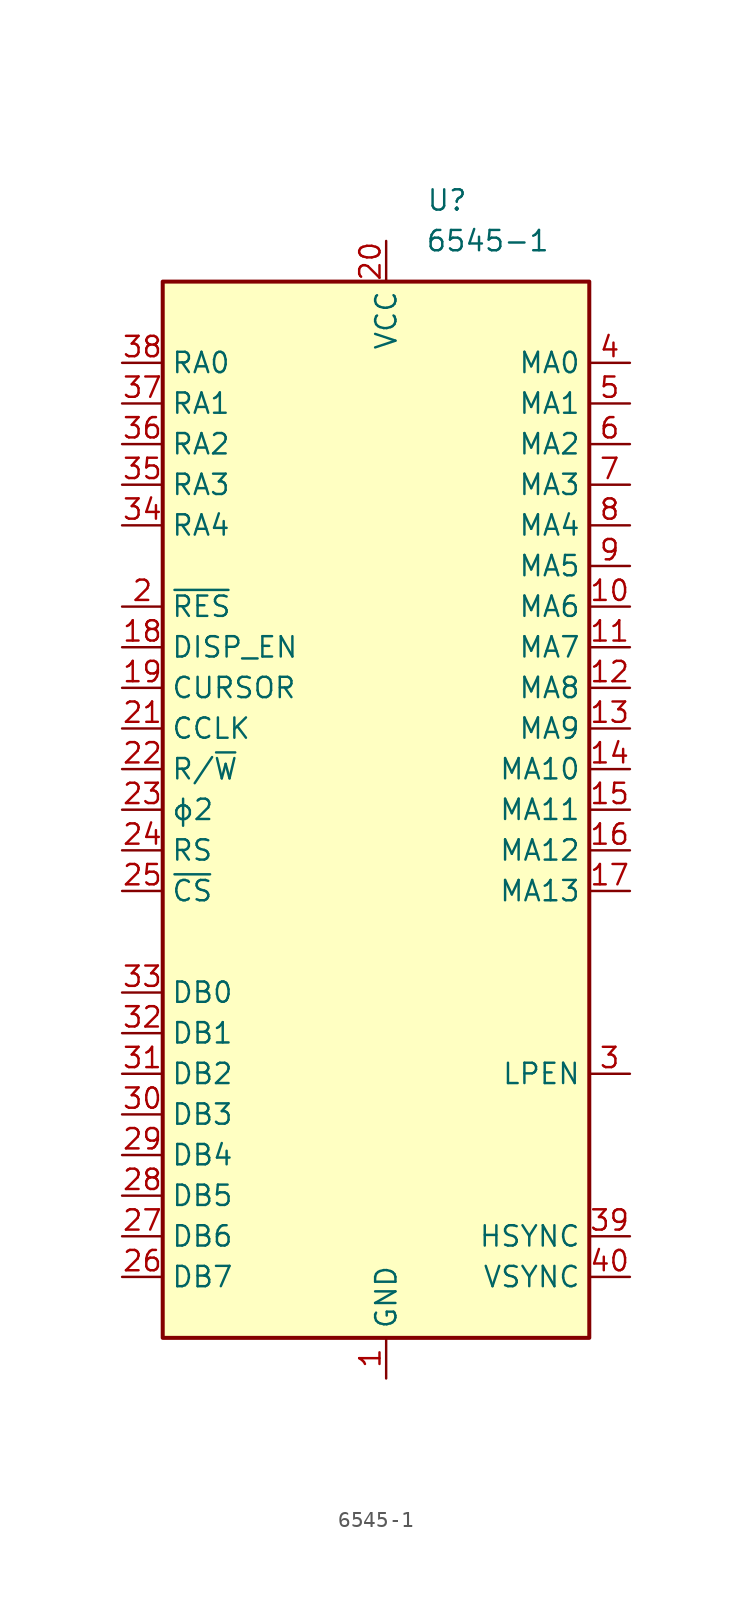
<source format=kicad_sym>
(kicad_symbol_lib
  (version 20220914)
  (generator kicad_symbol_editor)
  (symbol "6545-1"
    (property "Reference" "U"
      (at 3.81 2.54 0)
      (effects (font (size 1.27 1.27))))
    (property "Value" "6545-1"
      (at 6.35 0 0)
      (effects (font (size 1.27 1.27))))
    (symbol "6545-1_1_1"
      (rectangle (start -13.97 -2.54) (end 12.7 -68.58) (stroke (width 0.25) (type default)) (fill (type background)))
      (pin power_in line (at 0 -71.12 90) (length 2.54) (name "GND" (effects (font (size 1.27 1.27)))) (number "1" (effects (font (size 1.27 1.27)))))
      (pin output line (at 15.24 -22.86 180) (length 2.54) (name "MA6" (effects (font (size 1.27 1.27)))) (number "10" (effects (font (size 1.27 1.27)))))
      (pin output line (at 15.24 -25.4 180) (length 2.54) (name "MA7" (effects (font (size 1.27 1.27)))) (number "11" (effects (font (size 1.27 1.27)))))
      (pin output line (at 15.24 -27.94 180) (length 2.54) (name "MA8" (effects (font (size 1.27 1.27)))) (number "12" (effects (font (size 1.27 1.27)))))
      (pin output line (at 15.24 -30.48 180) (length 2.54) (name "MA9" (effects (font (size 1.27 1.27)))) (number "13" (effects (font (size 1.27 1.27)))))
      (pin output line (at 15.24 -33.02 180) (length 2.54) (name "MA10" (effects (font (size 1.27 1.27)))) (number "14" (effects (font (size 1.27 1.27)))))
      (pin output line (at 15.24 -35.56 180) (length 2.54) (name "MA11" (effects (font (size 1.27 1.27)))) (number "15" (effects (font (size 1.27 1.27)))))
      (pin output line (at 15.24 -38.1 180) (length 2.54) (name "MA12" (effects (font (size 1.27 1.27)))) (number "16" (effects (font (size 1.27 1.27)))))
      (pin output line (at 15.24 -40.64 180) (length 2.54) (name "MA13" (effects (font (size 1.27 1.27)))) (number "17" (effects (font (size 1.27 1.27)))))
      (pin input line (at -16.51 -25.4 0) (length 2.54) (name "DISP_EN" (effects (font (size 1.27 1.27)))) (number "18" (effects (font (size 1.27 1.27)))))
      (pin input line (at -16.51 -27.94 0) (length 2.54) (name "CURSOR" (effects (font (size 1.27 1.27)))) (number "19" (effects (font (size 1.27 1.27)))))
      (pin input line (at -16.51 -22.86 0) (length 2.54) (name "~{RES}" (effects (font (size 1.27 1.27)))) (number "2" (effects (font (size 1.27 1.27)))))
      (pin power_in line (at 0 0 270) (length 2.54) (name "VCC" (effects (font (size 1.27 1.27)))) (number "20" (effects (font (size 1.27 1.27)))))
      (pin input line (at -16.51 -30.48 0) (length 2.54) (name "CCLK" (effects (font (size 1.27 1.27)))) (number "21" (effects (font (size 1.27 1.27)))))
      (pin input line (at -16.51 -33.02 0) (length 2.54) (name "R/~{W}" (effects (font (size 1.27 1.27)))) (number "22" (effects (font (size 1.27 1.27)))))
      (pin input line (at -16.51 -35.56 0) (length 2.54) (name "ϕ2" (effects (font (size 1.27 1.27)))) (number "23" (effects (font (size 1.27 1.27)))))
      (pin input line (at -16.51 -38.1 0) (length 2.54) (name "RS" (effects (font (size 1.27 1.27)))) (number "24" (effects (font (size 1.27 1.27)))))
      (pin input line (at -16.51 -40.64 0) (length 2.54) (name "~{CS}" (effects (font (size 1.27 1.27)))) (number "25" (effects (font (size 1.27 1.27)))))
      (pin bidirectional line (at -16.51 -64.77 0) (length 2.54) (name "DB7" (effects (font (size 1.27 1.27)))) (number "26" (effects (font (size 1.27 1.27)))))
      (pin bidirectional line (at -16.51 -62.23 0) (length 2.54) (name "DB6" (effects (font (size 1.27 1.27)))) (number "27" (effects (font (size 1.27 1.27)))))
      (pin bidirectional line (at -16.51 -59.69 0) (length 2.54) (name "DB5" (effects (font (size 1.27 1.27)))) (number "28" (effects (font (size 1.27 1.27)))))
      (pin bidirectional line (at -16.51 -57.15 0) (length 2.54) (name "DB4" (effects (font (size 1.27 1.27)))) (number "29" (effects (font (size 1.27 1.27)))))
      (pin input line (at 15.24 -52.07 180) (length 2.54) (name "LPEN" (effects (font (size 1.27 1.27)))) (number "3" (effects (font (size 1.27 1.27)))))
      (pin bidirectional line (at -16.51 -54.61 0) (length 2.54) (name "DB3" (effects (font (size 1.27 1.27)))) (number "30" (effects (font (size 1.27 1.27)))))
      (pin bidirectional line (at -16.51 -52.07 0) (length 2.54) (name "DB2" (effects (font (size 1.27 1.27)))) (number "31" (effects (font (size 1.27 1.27)))))
      (pin bidirectional line (at -16.51 -49.53 0) (length 2.54) (name "DB1" (effects (font (size 1.27 1.27)))) (number "32" (effects (font (size 1.27 1.27)))))
      (pin bidirectional line (at -16.51 -46.99 0) (length 2.54) (name "DB0" (effects (font (size 1.27 1.27)))) (number "33" (effects (font (size 1.27 1.27)))))
      (pin output line (at -16.51 -17.78 0) (length 2.54) (name "RA4" (effects (font (size 1.27 1.27)))) (number "34" (effects (font (size 1.27 1.27)))))
      (pin output line (at -16.51 -15.24 0) (length 2.54) (name "RA3" (effects (font (size 1.27 1.27)))) (number "35" (effects (font (size 1.27 1.27)))))
      (pin output line (at -16.51 -12.7 0) (length 2.54) (name "RA2" (effects (font (size 1.27 1.27)))) (number "36" (effects (font (size 1.27 1.27)))))
      (pin output line (at -16.51 -10.16 0) (length 2.54) (name "RA1" (effects (font (size 1.27 1.27)))) (number "37" (effects (font (size 1.27 1.27)))))
      (pin output line (at -16.51 -7.62 0) (length 2.54) (name "RA0" (effects (font (size 1.27 1.27)))) (number "38" (effects (font (size 1.27 1.27)))))
      (pin input line (at 15.24 -62.23 180) (length 2.54) (name "HSYNC" (effects (font (size 1.27 1.27)))) (number "39" (effects (font (size 1.27 1.27)))))
      (pin output line (at 15.24 -7.62 180) (length 2.54) (name "MA0" (effects (font (size 1.27 1.27)))) (number "4" (effects (font (size 1.27 1.27)))))
      (pin input line (at 15.24 -64.77 180) (length 2.54) (name "VSYNC" (effects (font (size 1.27 1.27)))) (number "40" (effects (font (size 1.27 1.27)))))
      (pin output line (at 15.24 -10.16 180) (length 2.54) (name "MA1" (effects (font (size 1.27 1.27)))) (number "5" (effects (font (size 1.27 1.27)))))
      (pin output line (at 15.24 -12.7 180) (length 2.54) (name "MA2" (effects (font (size 1.27 1.27)))) (number "6" (effects (font (size 1.27 1.27)))))
      (pin output line (at 15.24 -15.24 180) (length 2.54) (name "MA3" (effects (font (size 1.27 1.27)))) (number "7" (effects (font (size 1.27 1.27)))))
      (pin output line (at 15.24 -17.78 180) (length 2.54) (name "MA4" (effects (font (size 1.27 1.27)))) (number "8" (effects (font (size 1.27 1.27)))))
      (pin output line (at 15.24 -20.32 180) (length 2.54) (name "MA5" (effects (font (size 1.27 1.27)))) (number "9" (effects (font (size 1.27 1.27))))))))
</source>
